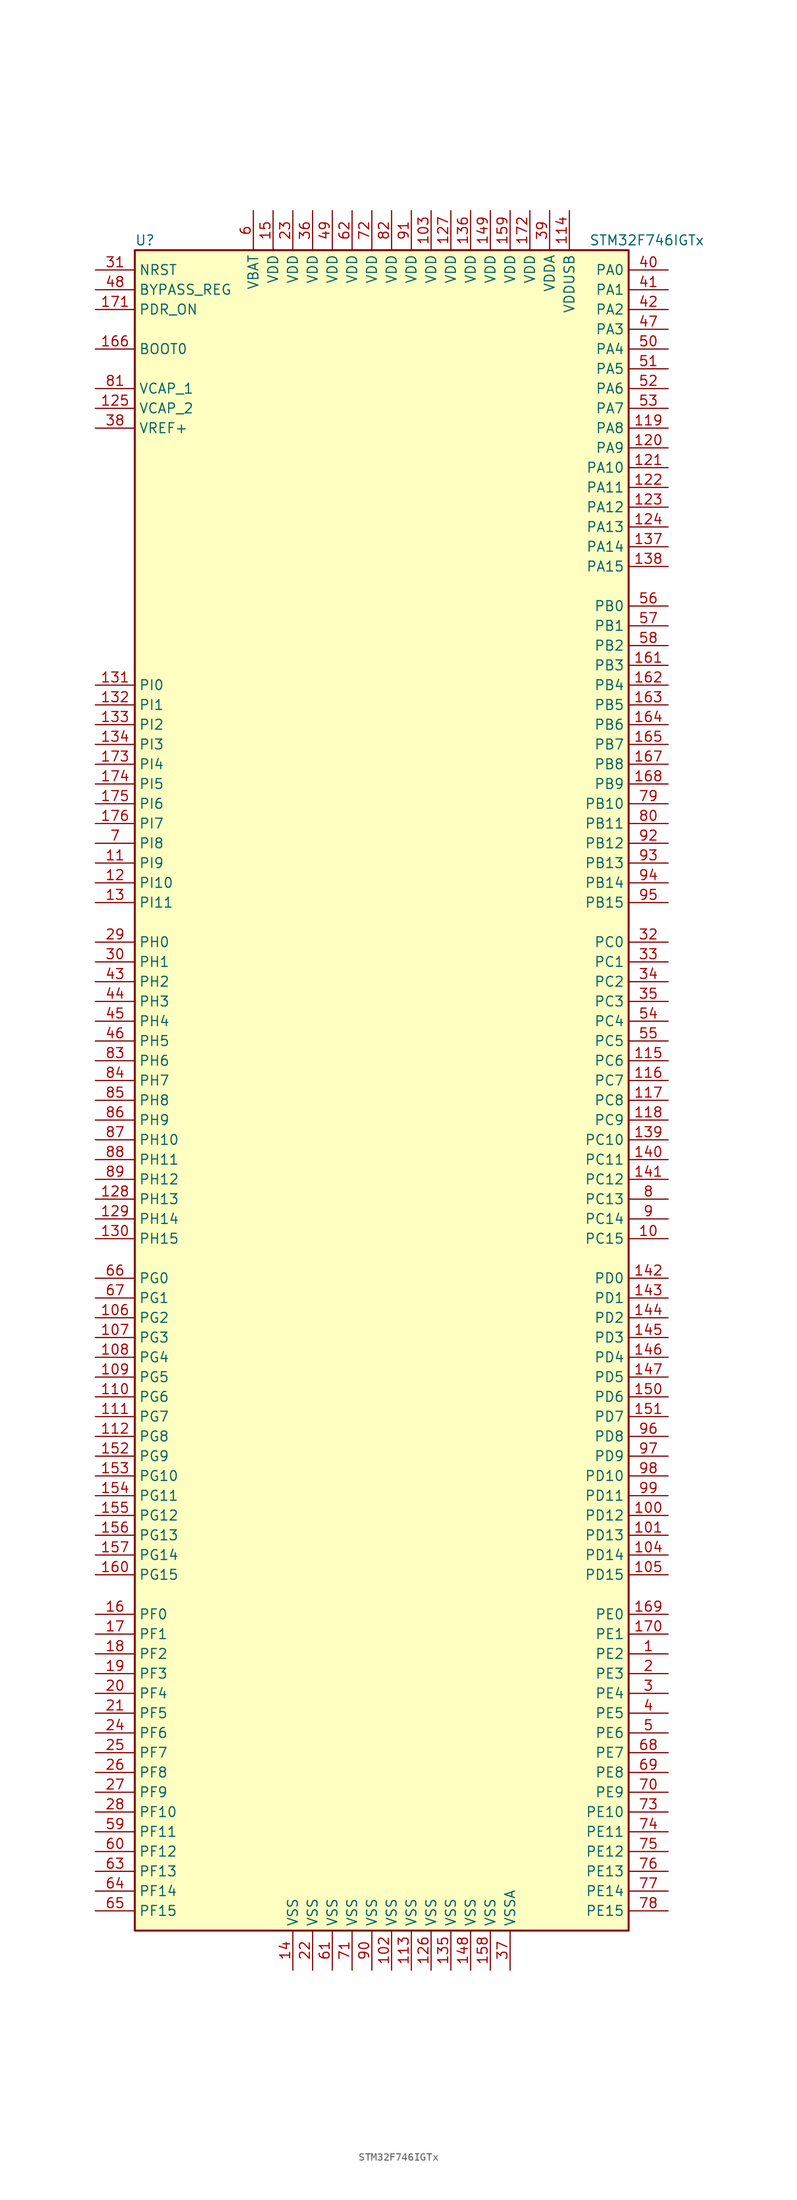
<source format=kicad_sym>
(kicad_symbol_lib
  (version 20201005)
  (generator kicad_symbol_editor)
  (symbol "STM32F746IGTx"
    (property "Reference" "U"
      (at -33.02 107.95 0)
      (effects (font (size 1.27 1.27)) (justify left)))
    (property "Value" "STM32F746IGTx"
      (at 25.4 107.95 0)
      (effects (font (size 1.27 1.27)) (justify left)))
    (symbol "STM32F746IGTx_0_1"
      (rectangle (start -33.02 -109.22) (end 30.48 106.68) (stroke (width 0.254)) (fill (type background))))
    (symbol "STM32F746IGTx_1_1"
      (pin bidirectional line (at 35.56 -73.66 180) (length 5.08) (name "PE2" (effects (font (size 1.27 1.27)))) (number "1" (effects (font (size 1.27 1.27)))))
      (pin bidirectional line (at 35.56 -20.32 180) (length 5.08) (name "PC15" (effects (font (size 1.27 1.27)))) (number "10" (effects (font (size 1.27 1.27)))))
      (pin bidirectional line (at 35.56 -55.88 180) (length 5.08) (name "PD12" (effects (font (size 1.27 1.27)))) (number "100" (effects (font (size 1.27 1.27)))))
      (pin bidirectional line (at 35.56 -58.42 180) (length 5.08) (name "PD13" (effects (font (size 1.27 1.27)))) (number "101" (effects (font (size 1.27 1.27)))))
      (pin power_in line (at 0 -114.3 90) (length 5.08) (name "VSS" (effects (font (size 1.27 1.27)))) (number "102" (effects (font (size 1.27 1.27)))))
      (pin power_in line (at 5.08 111.76 270) (length 5.08) (name "VDD" (effects (font (size 1.27 1.27)))) (number "103" (effects (font (size 1.27 1.27)))))
      (pin bidirectional line (at 35.56 -60.96 180) (length 5.08) (name "PD14" (effects (font (size 1.27 1.27)))) (number "104" (effects (font (size 1.27 1.27)))))
      (pin bidirectional line (at 35.56 -63.5 180) (length 5.08) (name "PD15" (effects (font (size 1.27 1.27)))) (number "105" (effects (font (size 1.27 1.27)))))
      (pin bidirectional line (at -38.1 -30.48 0) (length 5.08) (name "PG2" (effects (font (size 1.27 1.27)))) (number "106" (effects (font (size 1.27 1.27)))))
      (pin bidirectional line (at -38.1 -33.02 0) (length 5.08) (name "PG3" (effects (font (size 1.27 1.27)))) (number "107" (effects (font (size 1.27 1.27)))))
      (pin bidirectional line (at -38.1 -35.56 0) (length 5.08) (name "PG4" (effects (font (size 1.27 1.27)))) (number "108" (effects (font (size 1.27 1.27)))))
      (pin bidirectional line (at -38.1 -38.1 0) (length 5.08) (name "PG5" (effects (font (size 1.27 1.27)))) (number "109" (effects (font (size 1.27 1.27)))))
      (pin bidirectional line (at -38.1 27.94 0) (length 5.08) (name "PI9" (effects (font (size 1.27 1.27)))) (number "11" (effects (font (size 1.27 1.27)))))
      (pin bidirectional line (at -38.1 -40.64 0) (length 5.08) (name "PG6" (effects (font (size 1.27 1.27)))) (number "110" (effects (font (size 1.27 1.27)))))
      (pin bidirectional line (at -38.1 -43.18 0) (length 5.08) (name "PG7" (effects (font (size 1.27 1.27)))) (number "111" (effects (font (size 1.27 1.27)))))
      (pin bidirectional line (at -38.1 -45.72 0) (length 5.08) (name "PG8" (effects (font (size 1.27 1.27)))) (number "112" (effects (font (size 1.27 1.27)))))
      (pin power_in line (at 2.54 -114.3 90) (length 5.08) (name "VSS" (effects (font (size 1.27 1.27)))) (number "113" (effects (font (size 1.27 1.27)))))
      (pin power_in line (at 22.86 111.76 270) (length 5.08) (name "VDDUSB" (effects (font (size 1.27 1.27)))) (number "114" (effects (font (size 1.27 1.27)))))
      (pin bidirectional line (at 35.56 2.54 180) (length 5.08) (name "PC6" (effects (font (size 1.27 1.27)))) (number "115" (effects (font (size 1.27 1.27)))))
      (pin bidirectional line (at 35.56 0 180) (length 5.08) (name "PC7" (effects (font (size 1.27 1.27)))) (number "116" (effects (font (size 1.27 1.27)))))
      (pin bidirectional line (at 35.56 -2.54 180) (length 5.08) (name "PC8" (effects (font (size 1.27 1.27)))) (number "117" (effects (font (size 1.27 1.27)))))
      (pin bidirectional line (at 35.56 -5.08 180) (length 5.08) (name "PC9" (effects (font (size 1.27 1.27)))) (number "118" (effects (font (size 1.27 1.27)))))
      (pin bidirectional line (at 35.56 83.82 180) (length 5.08) (name "PA8" (effects (font (size 1.27 1.27)))) (number "119" (effects (font (size 1.27 1.27)))))
      (pin bidirectional line (at -38.1 25.4 0) (length 5.08) (name "PI10" (effects (font (size 1.27 1.27)))) (number "12" (effects (font (size 1.27 1.27)))))
      (pin bidirectional line (at 35.56 81.28 180) (length 5.08) (name "PA9" (effects (font (size 1.27 1.27)))) (number "120" (effects (font (size 1.27 1.27)))))
      (pin bidirectional line (at 35.56 78.74 180) (length 5.08) (name "PA10" (effects (font (size 1.27 1.27)))) (number "121" (effects (font (size 1.27 1.27)))))
      (pin bidirectional line (at 35.56 76.2 180) (length 5.08) (name "PA11" (effects (font (size 1.27 1.27)))) (number "122" (effects (font (size 1.27 1.27)))))
      (pin bidirectional line (at 35.56 73.66 180) (length 5.08) (name "PA12" (effects (font (size 1.27 1.27)))) (number "123" (effects (font (size 1.27 1.27)))))
      (pin bidirectional line (at 35.56 71.12 180) (length 5.08) (name "PA13" (effects (font (size 1.27 1.27)))) (number "124" (effects (font (size 1.27 1.27)))))
      (pin power_in line (at -38.1 86.36 0) (length 5.08) (name "VCAP_2" (effects (font (size 1.27 1.27)))) (number "125" (effects (font (size 1.27 1.27)))))
      (pin power_in line (at 5.08 -114.3 90) (length 5.08) (name "VSS" (effects (font (size 1.27 1.27)))) (number "126" (effects (font (size 1.27 1.27)))))
      (pin power_in line (at 7.62 111.76 270) (length 5.08) (name "VDD" (effects (font (size 1.27 1.27)))) (number "127" (effects (font (size 1.27 1.27)))))
      (pin bidirectional line (at -38.1 -15.24 0) (length 5.08) (name "PH13" (effects (font (size 1.27 1.27)))) (number "128" (effects (font (size 1.27 1.27)))))
      (pin bidirectional line (at -38.1 -17.78 0) (length 5.08) (name "PH14" (effects (font (size 1.27 1.27)))) (number "129" (effects (font (size 1.27 1.27)))))
      (pin bidirectional line (at -38.1 22.86 0) (length 5.08) (name "PI11" (effects (font (size 1.27 1.27)))) (number "13" (effects (font (size 1.27 1.27)))))
      (pin bidirectional line (at -38.1 -20.32 0) (length 5.08) (name "PH15" (effects (font (size 1.27 1.27)))) (number "130" (effects (font (size 1.27 1.27)))))
      (pin bidirectional line (at -38.1 50.8 0) (length 5.08) (name "PI0" (effects (font (size 1.27 1.27)))) (number "131" (effects (font (size 1.27 1.27)))))
      (pin bidirectional line (at -38.1 48.26 0) (length 5.08) (name "PI1" (effects (font (size 1.27 1.27)))) (number "132" (effects (font (size 1.27 1.27)))))
      (pin bidirectional line (at -38.1 45.72 0) (length 5.08) (name "PI2" (effects (font (size 1.27 1.27)))) (number "133" (effects (font (size 1.27 1.27)))))
      (pin bidirectional line (at -38.1 43.18 0) (length 5.08) (name "PI3" (effects (font (size 1.27 1.27)))) (number "134" (effects (font (size 1.27 1.27)))))
      (pin power_in line (at 7.62 -114.3 90) (length 5.08) (name "VSS" (effects (font (size 1.27 1.27)))) (number "135" (effects (font (size 1.27 1.27)))))
      (pin power_in line (at 10.16 111.76 270) (length 5.08) (name "VDD" (effects (font (size 1.27 1.27)))) (number "136" (effects (font (size 1.27 1.27)))))
      (pin bidirectional line (at 35.56 68.58 180) (length 5.08) (name "PA14" (effects (font (size 1.27 1.27)))) (number "137" (effects (font (size 1.27 1.27)))))
      (pin bidirectional line (at 35.56 66.04 180) (length 5.08) (name "PA15" (effects (font (size 1.27 1.27)))) (number "138" (effects (font (size 1.27 1.27)))))
      (pin bidirectional line (at 35.56 -7.62 180) (length 5.08) (name "PC10" (effects (font (size 1.27 1.27)))) (number "139" (effects (font (size 1.27 1.27)))))
      (pin power_in line (at -12.7 -114.3 90) (length 5.08) (name "VSS" (effects (font (size 1.27 1.27)))) (number "14" (effects (font (size 1.27 1.27)))))
      (pin bidirectional line (at 35.56 -10.16 180) (length 5.08) (name "PC11" (effects (font (size 1.27 1.27)))) (number "140" (effects (font (size 1.27 1.27)))))
      (pin bidirectional line (at 35.56 -12.7 180) (length 5.08) (name "PC12" (effects (font (size 1.27 1.27)))) (number "141" (effects (font (size 1.27 1.27)))))
      (pin bidirectional line (at 35.56 -25.4 180) (length 5.08) (name "PD0" (effects (font (size 1.27 1.27)))) (number "142" (effects (font (size 1.27 1.27)))))
      (pin bidirectional line (at 35.56 -27.94 180) (length 5.08) (name "PD1" (effects (font (size 1.27 1.27)))) (number "143" (effects (font (size 1.27 1.27)))))
      (pin bidirectional line (at 35.56 -30.48 180) (length 5.08) (name "PD2" (effects (font (size 1.27 1.27)))) (number "144" (effects (font (size 1.27 1.27)))))
      (pin bidirectional line (at 35.56 -33.02 180) (length 5.08) (name "PD3" (effects (font (size 1.27 1.27)))) (number "145" (effects (font (size 1.27 1.27)))))
      (pin bidirectional line (at 35.56 -35.56 180) (length 5.08) (name "PD4" (effects (font (size 1.27 1.27)))) (number "146" (effects (font (size 1.27 1.27)))))
      (pin bidirectional line (at 35.56 -38.1 180) (length 5.08) (name "PD5" (effects (font (size 1.27 1.27)))) (number "147" (effects (font (size 1.27 1.27)))))
      (pin power_in line (at 10.16 -114.3 90) (length 5.08) (name "VSS" (effects (font (size 1.27 1.27)))) (number "148" (effects (font (size 1.27 1.27)))))
      (pin power_in line (at 12.7 111.76 270) (length 5.08) (name "VDD" (effects (font (size 1.27 1.27)))) (number "149" (effects (font (size 1.27 1.27)))))
      (pin power_in line (at -15.24 111.76 270) (length 5.08) (name "VDD" (effects (font (size 1.27 1.27)))) (number "15" (effects (font (size 1.27 1.27)))))
      (pin bidirectional line (at 35.56 -40.64 180) (length 5.08) (name "PD6" (effects (font (size 1.27 1.27)))) (number "150" (effects (font (size 1.27 1.27)))))
      (pin bidirectional line (at 35.56 -43.18 180) (length 5.08) (name "PD7" (effects (font (size 1.27 1.27)))) (number "151" (effects (font (size 1.27 1.27)))))
      (pin bidirectional line (at -38.1 -48.26 0) (length 5.08) (name "PG9" (effects (font (size 1.27 1.27)))) (number "152" (effects (font (size 1.27 1.27)))))
      (pin bidirectional line (at -38.1 -50.8 0) (length 5.08) (name "PG10" (effects (font (size 1.27 1.27)))) (number "153" (effects (font (size 1.27 1.27)))))
      (pin bidirectional line (at -38.1 -53.34 0) (length 5.08) (name "PG11" (effects (font (size 1.27 1.27)))) (number "154" (effects (font (size 1.27 1.27)))))
      (pin bidirectional line (at -38.1 -55.88 0) (length 5.08) (name "PG12" (effects (font (size 1.27 1.27)))) (number "155" (effects (font (size 1.27 1.27)))))
      (pin bidirectional line (at -38.1 -58.42 0) (length 5.08) (name "PG13" (effects (font (size 1.27 1.27)))) (number "156" (effects (font (size 1.27 1.27)))))
      (pin bidirectional line (at -38.1 -60.96 0) (length 5.08) (name "PG14" (effects (font (size 1.27 1.27)))) (number "157" (effects (font (size 1.27 1.27)))))
      (pin power_in line (at 12.7 -114.3 90) (length 5.08) (name "VSS" (effects (font (size 1.27 1.27)))) (number "158" (effects (font (size 1.27 1.27)))))
      (pin power_in line (at 15.24 111.76 270) (length 5.08) (name "VDD" (effects (font (size 1.27 1.27)))) (number "159" (effects (font (size 1.27 1.27)))))
      (pin bidirectional line (at -38.1 -68.58 0) (length 5.08) (name "PF0" (effects (font (size 1.27 1.27)))) (number "16" (effects (font (size 1.27 1.27)))))
      (pin bidirectional line (at -38.1 -63.5 0) (length 5.08) (name "PG15" (effects (font (size 1.27 1.27)))) (number "160" (effects (font (size 1.27 1.27)))))
      (pin bidirectional line (at 35.56 53.34 180) (length 5.08) (name "PB3" (effects (font (size 1.27 1.27)))) (number "161" (effects (font (size 1.27 1.27)))))
      (pin bidirectional line (at 35.56 50.8 180) (length 5.08) (name "PB4" (effects (font (size 1.27 1.27)))) (number "162" (effects (font (size 1.27 1.27)))))
      (pin bidirectional line (at 35.56 48.26 180) (length 5.08) (name "PB5" (effects (font (size 1.27 1.27)))) (number "163" (effects (font (size 1.27 1.27)))))
      (pin bidirectional line (at 35.56 45.72 180) (length 5.08) (name "PB6" (effects (font (size 1.27 1.27)))) (number "164" (effects (font (size 1.27 1.27)))))
      (pin bidirectional line (at 35.56 43.18 180) (length 5.08) (name "PB7" (effects (font (size 1.27 1.27)))) (number "165" (effects (font (size 1.27 1.27)))))
      (pin input line (at -38.1 93.98 0) (length 5.08) (name "BOOT0" (effects (font (size 1.27 1.27)))) (number "166" (effects (font (size 1.27 1.27)))))
      (pin bidirectional line (at 35.56 40.64 180) (length 5.08) (name "PB8" (effects (font (size 1.27 1.27)))) (number "167" (effects (font (size 1.27 1.27)))))
      (pin bidirectional line (at 35.56 38.1 180) (length 5.08) (name "PB9" (effects (font (size 1.27 1.27)))) (number "168" (effects (font (size 1.27 1.27)))))
      (pin bidirectional line (at 35.56 -68.58 180) (length 5.08) (name "PE0" (effects (font (size 1.27 1.27)))) (number "169" (effects (font (size 1.27 1.27)))))
      (pin bidirectional line (at -38.1 -71.12 0) (length 5.08) (name "PF1" (effects (font (size 1.27 1.27)))) (number "17" (effects (font (size 1.27 1.27)))))
      (pin bidirectional line (at 35.56 -71.12 180) (length 5.08) (name "PE1" (effects (font (size 1.27 1.27)))) (number "170" (effects (font (size 1.27 1.27)))))
      (pin input line (at -38.1 99.06 0) (length 5.08) (name "PDR_ON" (effects (font (size 1.27 1.27)))) (number "171" (effects (font (size 1.27 1.27)))))
      (pin power_in line (at 17.78 111.76 270) (length 5.08) (name "VDD" (effects (font (size 1.27 1.27)))) (number "172" (effects (font (size 1.27 1.27)))))
      (pin bidirectional line (at -38.1 40.64 0) (length 5.08) (name "PI4" (effects (font (size 1.27 1.27)))) (number "173" (effects (font (size 1.27 1.27)))))
      (pin bidirectional line (at -38.1 38.1 0) (length 5.08) (name "PI5" (effects (font (size 1.27 1.27)))) (number "174" (effects (font (size 1.27 1.27)))))
      (pin bidirectional line (at -38.1 35.56 0) (length 5.08) (name "PI6" (effects (font (size 1.27 1.27)))) (number "175" (effects (font (size 1.27 1.27)))))
      (pin bidirectional line (at -38.1 33.02 0) (length 5.08) (name "PI7" (effects (font (size 1.27 1.27)))) (number "176" (effects (font (size 1.27 1.27)))))
      (pin bidirectional line (at -38.1 -73.66 0) (length 5.08) (name "PF2" (effects (font (size 1.27 1.27)))) (number "18" (effects (font (size 1.27 1.27)))))
      (pin bidirectional line (at -38.1 -76.2 0) (length 5.08) (name "PF3" (effects (font (size 1.27 1.27)))) (number "19" (effects (font (size 1.27 1.27)))))
      (pin bidirectional line (at 35.56 -76.2 180) (length 5.08) (name "PE3" (effects (font (size 1.27 1.27)))) (number "2" (effects (font (size 1.27 1.27)))))
      (pin bidirectional line (at -38.1 -78.74 0) (length 5.08) (name "PF4" (effects (font (size 1.27 1.27)))) (number "20" (effects (font (size 1.27 1.27)))))
      (pin bidirectional line (at -38.1 -81.28 0) (length 5.08) (name "PF5" (effects (font (size 1.27 1.27)))) (number "21" (effects (font (size 1.27 1.27)))))
      (pin power_in line (at -10.16 -114.3 90) (length 5.08) (name "VSS" (effects (font (size 1.27 1.27)))) (number "22" (effects (font (size 1.27 1.27)))))
      (pin power_in line (at -12.7 111.76 270) (length 5.08) (name "VDD" (effects (font (size 1.27 1.27)))) (number "23" (effects (font (size 1.27 1.27)))))
      (pin bidirectional line (at -38.1 -83.82 0) (length 5.08) (name "PF6" (effects (font (size 1.27 1.27)))) (number "24" (effects (font (size 1.27 1.27)))))
      (pin bidirectional line (at -38.1 -86.36 0) (length 5.08) (name "PF7" (effects (font (size 1.27 1.27)))) (number "25" (effects (font (size 1.27 1.27)))))
      (pin bidirectional line (at -38.1 -88.9 0) (length 5.08) (name "PF8" (effects (font (size 1.27 1.27)))) (number "26" (effects (font (size 1.27 1.27)))))
      (pin bidirectional line (at -38.1 -91.44 0) (length 5.08) (name "PF9" (effects (font (size 1.27 1.27)))) (number "27" (effects (font (size 1.27 1.27)))))
      (pin bidirectional line (at -38.1 -93.98 0) (length 5.08) (name "PF10" (effects (font (size 1.27 1.27)))) (number "28" (effects (font (size 1.27 1.27)))))
      (pin input line (at -38.1 17.78 0) (length 5.08) (name "PH0" (effects (font (size 1.27 1.27)))) (number "29" (effects (font (size 1.27 1.27)))))
      (pin bidirectional line (at 35.56 -78.74 180) (length 5.08) (name "PE4" (effects (font (size 1.27 1.27)))) (number "3" (effects (font (size 1.27 1.27)))))
      (pin input line (at -38.1 15.24 0) (length 5.08) (name "PH1" (effects (font (size 1.27 1.27)))) (number "30" (effects (font (size 1.27 1.27)))))
      (pin input line (at -38.1 104.14 0) (length 5.08) (name "NRST" (effects (font (size 1.27 1.27)))) (number "31" (effects (font (size 1.27 1.27)))))
      (pin bidirectional line (at 35.56 17.78 180) (length 5.08) (name "PC0" (effects (font (size 1.27 1.27)))) (number "32" (effects (font (size 1.27 1.27)))))
      (pin bidirectional line (at 35.56 15.24 180) (length 5.08) (name "PC1" (effects (font (size 1.27 1.27)))) (number "33" (effects (font (size 1.27 1.27)))))
      (pin bidirectional line (at 35.56 12.7 180) (length 5.08) (name "PC2" (effects (font (size 1.27 1.27)))) (number "34" (effects (font (size 1.27 1.27)))))
      (pin bidirectional line (at 35.56 10.16 180) (length 5.08) (name "PC3" (effects (font (size 1.27 1.27)))) (number "35" (effects (font (size 1.27 1.27)))))
      (pin power_in line (at -10.16 111.76 270) (length 5.08) (name "VDD" (effects (font (size 1.27 1.27)))) (number "36" (effects (font (size 1.27 1.27)))))
      (pin power_in line (at 15.24 -114.3 90) (length 5.08) (name "VSSA" (effects (font (size 1.27 1.27)))) (number "37" (effects (font (size 1.27 1.27)))))
      (pin power_in line (at -38.1 83.82 0) (length 5.08) (name "VREF+" (effects (font (size 1.27 1.27)))) (number "38" (effects (font (size 1.27 1.27)))))
      (pin power_in line (at 20.32 111.76 270) (length 5.08) (name "VDDA" (effects (font (size 1.27 1.27)))) (number "39" (effects (font (size 1.27 1.27)))))
      (pin bidirectional line (at 35.56 -81.28 180) (length 5.08) (name "PE5" (effects (font (size 1.27 1.27)))) (number "4" (effects (font (size 1.27 1.27)))))
      (pin bidirectional line (at 35.56 104.14 180) (length 5.08) (name "PA0" (effects (font (size 1.27 1.27)))) (number "40" (effects (font (size 1.27 1.27)))))
      (pin bidirectional line (at 35.56 101.6 180) (length 5.08) (name "PA1" (effects (font (size 1.27 1.27)))) (number "41" (effects (font (size 1.27 1.27)))))
      (pin bidirectional line (at 35.56 99.06 180) (length 5.08) (name "PA2" (effects (font (size 1.27 1.27)))) (number "42" (effects (font (size 1.27 1.27)))))
      (pin bidirectional line (at -38.1 12.7 0) (length 5.08) (name "PH2" (effects (font (size 1.27 1.27)))) (number "43" (effects (font (size 1.27 1.27)))))
      (pin bidirectional line (at -38.1 10.16 0) (length 5.08) (name "PH3" (effects (font (size 1.27 1.27)))) (number "44" (effects (font (size 1.27 1.27)))))
      (pin bidirectional line (at -38.1 7.62 0) (length 5.08) (name "PH4" (effects (font (size 1.27 1.27)))) (number "45" (effects (font (size 1.27 1.27)))))
      (pin bidirectional line (at -38.1 5.08 0) (length 5.08) (name "PH5" (effects (font (size 1.27 1.27)))) (number "46" (effects (font (size 1.27 1.27)))))
      (pin bidirectional line (at 35.56 96.52 180) (length 5.08) (name "PA3" (effects (font (size 1.27 1.27)))) (number "47" (effects (font (size 1.27 1.27)))))
      (pin input line (at -38.1 101.6 0) (length 5.08) (name "BYPASS_REG" (effects (font (size 1.27 1.27)))) (number "48" (effects (font (size 1.27 1.27)))))
      (pin power_in line (at -7.62 111.76 270) (length 5.08) (name "VDD" (effects (font (size 1.27 1.27)))) (number "49" (effects (font (size 1.27 1.27)))))
      (pin bidirectional line (at 35.56 -83.82 180) (length 5.08) (name "PE6" (effects (font (size 1.27 1.27)))) (number "5" (effects (font (size 1.27 1.27)))))
      (pin bidirectional line (at 35.56 93.98 180) (length 5.08) (name "PA4" (effects (font (size 1.27 1.27)))) (number "50" (effects (font (size 1.27 1.27)))))
      (pin bidirectional line (at 35.56 91.44 180) (length 5.08) (name "PA5" (effects (font (size 1.27 1.27)))) (number "51" (effects (font (size 1.27 1.27)))))
      (pin bidirectional line (at 35.56 88.9 180) (length 5.08) (name "PA6" (effects (font (size 1.27 1.27)))) (number "52" (effects (font (size 1.27 1.27)))))
      (pin bidirectional line (at 35.56 86.36 180) (length 5.08) (name "PA7" (effects (font (size 1.27 1.27)))) (number "53" (effects (font (size 1.27 1.27)))))
      (pin bidirectional line (at 35.56 7.62 180) (length 5.08) (name "PC4" (effects (font (size 1.27 1.27)))) (number "54" (effects (font (size 1.27 1.27)))))
      (pin bidirectional line (at 35.56 5.08 180) (length 5.08) (name "PC5" (effects (font (size 1.27 1.27)))) (number "55" (effects (font (size 1.27 1.27)))))
      (pin bidirectional line (at 35.56 60.96 180) (length 5.08) (name "PB0" (effects (font (size 1.27 1.27)))) (number "56" (effects (font (size 1.27 1.27)))))
      (pin bidirectional line (at 35.56 58.42 180) (length 5.08) (name "PB1" (effects (font (size 1.27 1.27)))) (number "57" (effects (font (size 1.27 1.27)))))
      (pin bidirectional line (at 35.56 55.88 180) (length 5.08) (name "PB2" (effects (font (size 1.27 1.27)))) (number "58" (effects (font (size 1.27 1.27)))))
      (pin bidirectional line (at -38.1 -96.52 0) (length 5.08) (name "PF11" (effects (font (size 1.27 1.27)))) (number "59" (effects (font (size 1.27 1.27)))))
      (pin power_in line (at -17.78 111.76 270) (length 5.08) (name "VBAT" (effects (font (size 1.27 1.27)))) (number "6" (effects (font (size 1.27 1.27)))))
      (pin bidirectional line (at -38.1 -99.06 0) (length 5.08) (name "PF12" (effects (font (size 1.27 1.27)))) (number "60" (effects (font (size 1.27 1.27)))))
      (pin power_in line (at -7.62 -114.3 90) (length 5.08) (name "VSS" (effects (font (size 1.27 1.27)))) (number "61" (effects (font (size 1.27 1.27)))))
      (pin power_in line (at -5.08 111.76 270) (length 5.08) (name "VDD" (effects (font (size 1.27 1.27)))) (number "62" (effects (font (size 1.27 1.27)))))
      (pin bidirectional line (at -38.1 -101.6 0) (length 5.08) (name "PF13" (effects (font (size 1.27 1.27)))) (number "63" (effects (font (size 1.27 1.27)))))
      (pin bidirectional line (at -38.1 -104.14 0) (length 5.08) (name "PF14" (effects (font (size 1.27 1.27)))) (number "64" (effects (font (size 1.27 1.27)))))
      (pin bidirectional line (at -38.1 -106.68 0) (length 5.08) (name "PF15" (effects (font (size 1.27 1.27)))) (number "65" (effects (font (size 1.27 1.27)))))
      (pin bidirectional line (at -38.1 -25.4 0) (length 5.08) (name "PG0" (effects (font (size 1.27 1.27)))) (number "66" (effects (font (size 1.27 1.27)))))
      (pin bidirectional line (at -38.1 -27.94 0) (length 5.08) (name "PG1" (effects (font (size 1.27 1.27)))) (number "67" (effects (font (size 1.27 1.27)))))
      (pin bidirectional line (at 35.56 -86.36 180) (length 5.08) (name "PE7" (effects (font (size 1.27 1.27)))) (number "68" (effects (font (size 1.27 1.27)))))
      (pin bidirectional line (at 35.56 -88.9 180) (length 5.08) (name "PE8" (effects (font (size 1.27 1.27)))) (number "69" (effects (font (size 1.27 1.27)))))
      (pin bidirectional line (at -38.1 30.48 0) (length 5.08) (name "PI8" (effects (font (size 1.27 1.27)))) (number "7" (effects (font (size 1.27 1.27)))))
      (pin bidirectional line (at 35.56 -91.44 180) (length 5.08) (name "PE9" (effects (font (size 1.27 1.27)))) (number "70" (effects (font (size 1.27 1.27)))))
      (pin power_in line (at -5.08 -114.3 90) (length 5.08) (name "VSS" (effects (font (size 1.27 1.27)))) (number "71" (effects (font (size 1.27 1.27)))))
      (pin power_in line (at -2.54 111.76 270) (length 5.08) (name "VDD" (effects (font (size 1.27 1.27)))) (number "72" (effects (font (size 1.27 1.27)))))
      (pin bidirectional line (at 35.56 -93.98 180) (length 5.08) (name "PE10" (effects (font (size 1.27 1.27)))) (number "73" (effects (font (size 1.27 1.27)))))
      (pin bidirectional line (at 35.56 -96.52 180) (length 5.08) (name "PE11" (effects (font (size 1.27 1.27)))) (number "74" (effects (font (size 1.27 1.27)))))
      (pin bidirectional line (at 35.56 -99.06 180) (length 5.08) (name "PE12" (effects (font (size 1.27 1.27)))) (number "75" (effects (font (size 1.27 1.27)))))
      (pin bidirectional line (at 35.56 -101.6 180) (length 5.08) (name "PE13" (effects (font (size 1.27 1.27)))) (number "76" (effects (font (size 1.27 1.27)))))
      (pin bidirectional line (at 35.56 -104.14 180) (length 5.08) (name "PE14" (effects (font (size 1.27 1.27)))) (number "77" (effects (font (size 1.27 1.27)))))
      (pin bidirectional line (at 35.56 -106.68 180) (length 5.08) (name "PE15" (effects (font (size 1.27 1.27)))) (number "78" (effects (font (size 1.27 1.27)))))
      (pin bidirectional line (at 35.56 35.56 180) (length 5.08) (name "PB10" (effects (font (size 1.27 1.27)))) (number "79" (effects (font (size 1.27 1.27)))))
      (pin bidirectional line (at 35.56 -15.24 180) (length 5.08) (name "PC13" (effects (font (size 1.27 1.27)))) (number "8" (effects (font (size 1.27 1.27)))))
      (pin bidirectional line (at 35.56 33.02 180) (length 5.08) (name "PB11" (effects (font (size 1.27 1.27)))) (number "80" (effects (font (size 1.27 1.27)))))
      (pin power_in line (at -38.1 88.9 0) (length 5.08) (name "VCAP_1" (effects (font (size 1.27 1.27)))) (number "81" (effects (font (size 1.27 1.27)))))
      (pin power_in line (at 0 111.76 270) (length 5.08) (name "VDD" (effects (font (size 1.27 1.27)))) (number "82" (effects (font (size 1.27 1.27)))))
      (pin bidirectional line (at -38.1 2.54 0) (length 5.08) (name "PH6" (effects (font (size 1.27 1.27)))) (number "83" (effects (font (size 1.27 1.27)))))
      (pin bidirectional line (at -38.1 0 0) (length 5.08) (name "PH7" (effects (font (size 1.27 1.27)))) (number "84" (effects (font (size 1.27 1.27)))))
      (pin bidirectional line (at -38.1 -2.54 0) (length 5.08) (name "PH8" (effects (font (size 1.27 1.27)))) (number "85" (effects (font (size 1.27 1.27)))))
      (pin bidirectional line (at -38.1 -5.08 0) (length 5.08) (name "PH9" (effects (font (size 1.27 1.27)))) (number "86" (effects (font (size 1.27 1.27)))))
      (pin bidirectional line (at -38.1 -7.62 0) (length 5.08) (name "PH10" (effects (font (size 1.27 1.27)))) (number "87" (effects (font (size 1.27 1.27)))))
      (pin bidirectional line (at -38.1 -10.16 0) (length 5.08) (name "PH11" (effects (font (size 1.27 1.27)))) (number "88" (effects (font (size 1.27 1.27)))))
      (pin bidirectional line (at -38.1 -12.7 0) (length 5.08) (name "PH12" (effects (font (size 1.27 1.27)))) (number "89" (effects (font (size 1.27 1.27)))))
      (pin bidirectional line (at 35.56 -17.78 180) (length 5.08) (name "PC14" (effects (font (size 1.27 1.27)))) (number "9" (effects (font (size 1.27 1.27)))))
      (pin power_in line (at -2.54 -114.3 90) (length 5.08) (name "VSS" (effects (font (size 1.27 1.27)))) (number "90" (effects (font (size 1.27 1.27)))))
      (pin power_in line (at 2.54 111.76 270) (length 5.08) (name "VDD" (effects (font (size 1.27 1.27)))) (number "91" (effects (font (size 1.27 1.27)))))
      (pin bidirectional line (at 35.56 30.48 180) (length 5.08) (name "PB12" (effects (font (size 1.27 1.27)))) (number "92" (effects (font (size 1.27 1.27)))))
      (pin bidirectional line (at 35.56 27.94 180) (length 5.08) (name "PB13" (effects (font (size 1.27 1.27)))) (number "93" (effects (font (size 1.27 1.27)))))
      (pin bidirectional line (at 35.56 25.4 180) (length 5.08) (name "PB14" (effects (font (size 1.27 1.27)))) (number "94" (effects (font (size 1.27 1.27)))))
      (pin bidirectional line (at 35.56 22.86 180) (length 5.08) (name "PB15" (effects (font (size 1.27 1.27)))) (number "95" (effects (font (size 1.27 1.27)))))
      (pin bidirectional line (at 35.56 -45.72 180) (length 5.08) (name "PD8" (effects (font (size 1.27 1.27)))) (number "96" (effects (font (size 1.27 1.27)))))
      (pin bidirectional line (at 35.56 -48.26 180) (length 5.08) (name "PD9" (effects (font (size 1.27 1.27)))) (number "97" (effects (font (size 1.27 1.27)))))
      (pin bidirectional line (at 35.56 -50.8 180) (length 5.08) (name "PD10" (effects (font (size 1.27 1.27)))) (number "98" (effects (font (size 1.27 1.27)))))
      (pin bidirectional line (at 35.56 -53.34 180) (length 5.08) (name "PD11" (effects (font (size 1.27 1.27)))) (number "99" (effects (font (size 1.27 1.27))))))))
</source>
